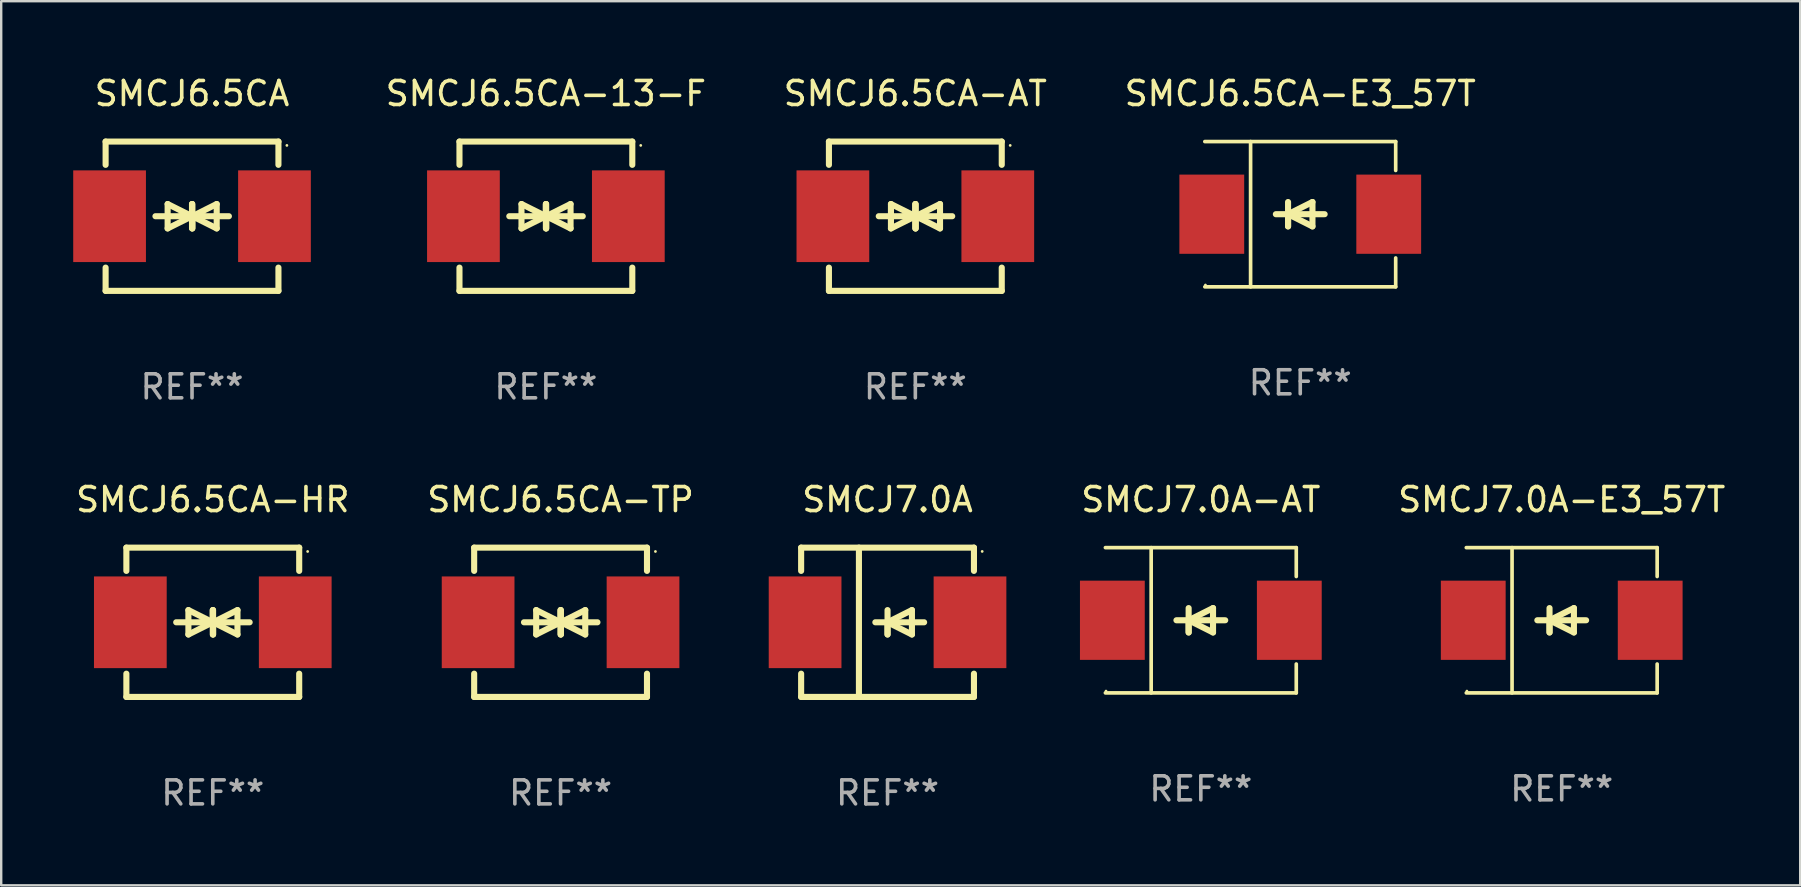
<source format=kicad_pcb>
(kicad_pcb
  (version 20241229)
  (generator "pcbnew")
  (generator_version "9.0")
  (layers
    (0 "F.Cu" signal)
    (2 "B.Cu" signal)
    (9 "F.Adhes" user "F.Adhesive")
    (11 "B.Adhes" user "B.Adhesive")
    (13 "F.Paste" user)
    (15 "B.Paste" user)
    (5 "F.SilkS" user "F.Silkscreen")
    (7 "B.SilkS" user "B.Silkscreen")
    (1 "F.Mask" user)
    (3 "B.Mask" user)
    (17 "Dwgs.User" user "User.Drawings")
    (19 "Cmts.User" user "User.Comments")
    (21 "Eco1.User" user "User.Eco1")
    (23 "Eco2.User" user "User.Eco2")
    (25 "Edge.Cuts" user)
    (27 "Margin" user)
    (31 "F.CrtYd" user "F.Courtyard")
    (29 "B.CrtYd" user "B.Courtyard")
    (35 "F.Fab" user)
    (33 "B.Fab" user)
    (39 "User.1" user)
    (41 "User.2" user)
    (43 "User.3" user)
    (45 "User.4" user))
  (footprint "SMCJ7.0A-AT"
    (layer "F.Cu")
    (at 46.978 22.791)
    (property "Reference" "SMCJ7.0A-AT" (at 0 -5.026 0) (layer "F.SilkS") (effects (font (size 1 1) (thickness 0.15))))
    (attr through_hole)
    (fp_line (start -3.976 -3.026) (end 3.976 -3.026) (stroke (width 0.152) (type solid)) (layer "F.SilkS"))
    (fp_line (start -3.976 3.026) (end 3.976 3.026) (stroke (width 0.152) (type solid)) (layer "F.SilkS"))
    (fp_line (start -2.069 -3.026) (end -2.069 3.026) (stroke (width 0.152) (type solid)) (layer "F.SilkS"))
    (fp_line (start -0.508 0) (end -0.508 0.508) (stroke (width 0.254) (type solid)) (layer "F.SilkS"))
    (fp_line (start -0.508 0) (end 0.508 0.508) (stroke (width 0.254) (type solid)) (layer "F.SilkS"))
    (fp_line (start -0.508 0.508) (end -0.508 -0.508) (stroke (width 0.254) (type solid)) (layer "F.SilkS"))
    (fp_line (start 0.508 -0.508) (end -0.508 0) (stroke (width 0.254) (type solid)) (layer "F.SilkS"))
    (fp_line (start 0.508 0.508) (end 0.508 -0.508) (stroke (width 0.254) (type solid)) (layer "F.SilkS"))
    (fp_line (start 1.016 0) (end -1.016 0) (stroke (width 0.254) (type solid)) (layer "F.SilkS"))
    (fp_line (start 3.976 -3.026) (end 3.976 -1.823) (stroke (width 0.152) (type solid)) (layer "F.SilkS"))
    (fp_line (start 3.976 3.026) (end 3.976 1.823) (stroke (width 0.152) (type solid)) (layer "F.SilkS"))
    (fp_circle (center -3.95 2.95) (end -3.92 2.95) (stroke (width 0.06) (type solid)) (fill no) (layer "F.SilkS"))
    (fp_text user "REF**" (at 0 7.026 0) (layer "F.Fab") (effects (font (size 1 1) (thickness 0.15))))
    (pad "1" smd rect (at -3.686 0) (size 2.7 3.3) (layers "F.Cu" "F.Mask" "F.Paste"))
    (pad "2" smd rect (at 3.686 0) (size 2.7 3.3) (layers "F.Cu" "F.Mask" "F.Paste")))
  (footprint "SMCJ6.5CA-E3_57T"
    (layer "F.Cu")
    (at 51.12 5.874)
    (property "Reference" "SMCJ6.5CA-E3_57T" (at 0 -5.026 0) (layer "F.SilkS") (effects (font (size 1 1) (thickness 0.15))))
    (attr through_hole)
    (fp_line (start -3.976 -3.026) (end 3.976 -3.026) (stroke (width 0.152) (type solid)) (layer "F.SilkS"))
    (fp_line (start -3.976 3.026) (end 3.976 3.026) (stroke (width 0.152) (type solid)) (layer "F.SilkS"))
    (fp_line (start -2.069 -3.026) (end -2.069 3.026) (stroke (width 0.152) (type solid)) (layer "F.SilkS"))
    (fp_line (start -0.508 0) (end -0.508 0.508) (stroke (width 0.254) (type solid)) (layer "F.SilkS"))
    (fp_line (start -0.508 0) (end 0.508 0.508) (stroke (width 0.254) (type solid)) (layer "F.SilkS"))
    (fp_line (start -0.508 0.508) (end -0.508 -0.508) (stroke (width 0.254) (type solid)) (layer "F.SilkS"))
    (fp_line (start 0.508 -0.508) (end -0.508 0) (stroke (width 0.254) (type solid)) (layer "F.SilkS"))
    (fp_line (start 0.508 0.508) (end 0.508 -0.508) (stroke (width 0.254) (type solid)) (layer "F.SilkS"))
    (fp_line (start 1.016 0) (end -1.016 0) (stroke (width 0.254) (type solid)) (layer "F.SilkS"))
    (fp_line (start 3.976 -3.026) (end 3.976 -1.823) (stroke (width 0.152) (type solid)) (layer "F.SilkS"))
    (fp_line (start 3.976 3.026) (end 3.976 1.823) (stroke (width 0.152) (type solid)) (layer "F.SilkS"))
    (fp_circle (center -3.95 2.95) (end -3.92 2.95) (stroke (width 0.06) (type solid)) (fill no) (layer "F.SilkS"))
    (fp_text user "REF**" (at 0 7.026 0) (layer "F.Fab") (effects (font (size 1 1) (thickness 0.15))))
    (pad "1" smd rect (at -3.686 0) (size 2.7 3.3) (layers "F.Cu" "F.Mask" "F.Paste"))
    (pad "2" smd rect (at 3.686 0) (size 2.7 3.3) (layers "F.Cu" "F.Mask" "F.Paste")))
  (footprint "SMCJ6.5CA-TP"
    (layer "F.Cu")
    (at 20.304 22.875)
    (property "Reference" "SMCJ6.5CA-TP" (at 0 -5.11 0) (layer "F.SilkS") (effects (font (size 1 1) (thickness 0.15))))
    (attr through_hole)
    (fp_line (start -3.6 -2.141) (end -3.6 -3.11) (stroke (width 0.254) (type solid)) (layer "F.SilkS"))
    (fp_line (start -3.6 3.11) (end -3.6 2.141) (stroke (width 0.254) (type solid)) (layer "F.SilkS"))
    (fp_line (start -1.524 0) (end 0.508 0) (stroke (width 0.254) (type solid)) (layer "F.SilkS"))
    (fp_line (start -1.016 -0.508) (end -1.016 0.508) (stroke (width 0.254) (type solid)) (layer "F.SilkS"))
    (fp_line (start -1.016 0.508) (end 0 0) (stroke (width 0.254) (type solid)) (layer "F.SilkS"))
    (fp_line (start 0 -0.508) (end 0 0.508) (stroke (width 0.254) (type solid)) (layer "F.SilkS"))
    (fp_line (start 0 0) (end -1.016 -0.508) (stroke (width 0.254) (type solid)) (layer "F.SilkS"))
    (fp_line (start 0 0) (end 0 -0.508) (stroke (width 0.254) (type solid)) (layer "F.SilkS"))
    (fp_line (start 0.012 0) (end 0.012 0.508) (stroke (width 0.254) (type solid)) (layer "F.SilkS"))
    (fp_line (start 0.012 0) (end 1.028 0.508) (stroke (width 0.254) (type solid)) (layer "F.SilkS"))
    (fp_line (start 0.012 0.508) (end 0.012 -0.508) (stroke (width 0.254) (type solid)) (layer "F.SilkS"))
    (fp_line (start 1.028 -0.508) (end 0.012 0) (stroke (width 0.254) (type solid)) (layer "F.SilkS"))
    (fp_line (start 1.028 0.508) (end 1.028 -0.508) (stroke (width 0.254) (type solid)) (layer "F.SilkS"))
    (fp_line (start 1.536 0) (end -0.496 0) (stroke (width 0.254) (type solid)) (layer "F.SilkS"))
    (fp_line (start 3.6 -3.11) (end -3.6 -3.11) (stroke (width 0.254) (type solid)) (layer "F.SilkS"))
    (fp_line (start 3.6 -2.141) (end 3.6 -3.11) (stroke (width 0.254) (type solid)) (layer "F.SilkS"))
    (fp_line (start 3.6 3.11) (end -3.6 3.11) (stroke (width 0.254) (type solid)) (layer "F.SilkS"))
    (fp_line (start 3.6 3.11) (end 3.6 2.141) (stroke (width 0.254) (type solid)) (layer "F.SilkS"))
    (fp_circle (center 3.952 -2.95) (end 3.982 -2.95) (stroke (width 0.06) (type solid)) (fill no) (layer "F.SilkS"))
    (fp_text user "REF**" (at 0 7.11 0) (layer "F.Fab") (effects (font (size 1 1) (thickness 0.15))))
    (pad "1" smd rect (at 3.435 0) (size 3.03 3.82) (layers "F.Cu" "F.Mask" "F.Paste"))
    (pad "2" smd rect (at -3.435 0) (size 3.03 3.82) (layers "F.Cu" "F.Mask" "F.Paste")))
  (footprint "SMCJ7.0A-E3_57T"
    (layer "F.Cu")
    (at 62.013 22.791)
    (property "Reference" "SMCJ7.0A-E3_57T" (at 0 -5.026 0) (layer "F.SilkS") (effects (font (size 1 1) (thickness 0.15))))
    (attr through_hole)
    (fp_line (start -3.976 -3.026) (end 3.976 -3.026) (stroke (width 0.152) (type solid)) (layer "F.SilkS"))
    (fp_line (start -3.976 3.026) (end 3.976 3.026) (stroke (width 0.152) (type solid)) (layer "F.SilkS"))
    (fp_line (start -2.069 -3.026) (end -2.069 3.026) (stroke (width 0.152) (type solid)) (layer "F.SilkS"))
    (fp_line (start -0.508 0) (end -0.508 0.508) (stroke (width 0.254) (type solid)) (layer "F.SilkS"))
    (fp_line (start -0.508 0) (end 0.508 0.508) (stroke (width 0.254) (type solid)) (layer "F.SilkS"))
    (fp_line (start -0.508 0.508) (end -0.508 -0.508) (stroke (width 0.254) (type solid)) (layer "F.SilkS"))
    (fp_line (start 0.508 -0.508) (end -0.508 0) (stroke (width 0.254) (type solid)) (layer "F.SilkS"))
    (fp_line (start 0.508 0.508) (end 0.508 -0.508) (stroke (width 0.254) (type solid)) (layer "F.SilkS"))
    (fp_line (start 1.016 0) (end -1.016 0) (stroke (width 0.254) (type solid)) (layer "F.SilkS"))
    (fp_line (start 3.976 -3.026) (end 3.976 -1.823) (stroke (width 0.152) (type solid)) (layer "F.SilkS"))
    (fp_line (start 3.976 3.026) (end 3.976 1.823) (stroke (width 0.152) (type solid)) (layer "F.SilkS"))
    (fp_circle (center -3.95 2.95) (end -3.92 2.95) (stroke (width 0.06) (type solid)) (fill no) (layer "F.SilkS"))
    (fp_text user "REF**" (at 0 7.026 0) (layer "F.Fab") (effects (font (size 1 1) (thickness 0.15))))
    (pad "1" smd rect (at -3.686 0) (size 2.7 3.3) (layers "F.Cu" "F.Mask" "F.Paste"))
    (pad "2" smd rect (at 3.686 0) (size 2.7 3.3) (layers "F.Cu" "F.Mask" "F.Paste")))
  (footprint "SMCJ6.5CA-HR"
    (layer "F.Cu")
    (at 5.815 22.875)
    (property "Reference" "SMCJ6.5CA-HR" (at 0 -5.11 0) (layer "F.SilkS") (effects (font (size 1 1) (thickness 0.15))))
    (attr through_hole)
    (fp_line (start -3.6 -2.141) (end -3.6 -3.11) (stroke (width 0.254) (type solid)) (layer "F.SilkS"))
    (fp_line (start -3.6 3.11) (end -3.6 2.141) (stroke (width 0.254) (type solid)) (layer "F.SilkS"))
    (fp_line (start -1.524 0) (end 0.508 0) (stroke (width 0.254) (type solid)) (layer "F.SilkS"))
    (fp_line (start -1.016 -0.508) (end -1.016 0.508) (stroke (width 0.254) (type solid)) (layer "F.SilkS"))
    (fp_line (start -1.016 0.508) (end 0 0) (stroke (width 0.254) (type solid)) (layer "F.SilkS"))
    (fp_line (start 0 -0.508) (end 0 0.508) (stroke (width 0.254) (type solid)) (layer "F.SilkS"))
    (fp_line (start 0 0) (end -1.016 -0.508) (stroke (width 0.254) (type solid)) (layer "F.SilkS"))
    (fp_line (start 0 0) (end 0 -0.508) (stroke (width 0.254) (type solid)) (layer "F.SilkS"))
    (fp_line (start 0.012 0) (end 0.012 0.508) (stroke (width 0.254) (type solid)) (layer "F.SilkS"))
    (fp_line (start 0.012 0) (end 1.028 0.508) (stroke (width 0.254) (type solid)) (layer "F.SilkS"))
    (fp_line (start 0.012 0.508) (end 0.012 -0.508) (stroke (width 0.254) (type solid)) (layer "F.SilkS"))
    (fp_line (start 1.028 -0.508) (end 0.012 0) (stroke (width 0.254) (type solid)) (layer "F.SilkS"))
    (fp_line (start 1.028 0.508) (end 1.028 -0.508) (stroke (width 0.254) (type solid)) (layer "F.SilkS"))
    (fp_line (start 1.536 0) (end -0.496 0) (stroke (width 0.254) (type solid)) (layer "F.SilkS"))
    (fp_line (start 3.6 -3.11) (end -3.6 -3.11) (stroke (width 0.254) (type solid)) (layer "F.SilkS"))
    (fp_line (start 3.6 -2.141) (end 3.6 -3.11) (stroke (width 0.254) (type solid)) (layer "F.SilkS"))
    (fp_line (start 3.6 3.11) (end -3.6 3.11) (stroke (width 0.254) (type solid)) (layer "F.SilkS"))
    (fp_line (start 3.6 3.11) (end 3.6 2.141) (stroke (width 0.254) (type solid)) (layer "F.SilkS"))
    (fp_circle (center 3.952 -2.95) (end 3.982 -2.95) (stroke (width 0.06) (type solid)) (fill no) (layer "F.SilkS"))
    (fp_text user "REF**" (at 0 7.11 0) (layer "F.Fab") (effects (font (size 1 1) (thickness 0.15))))
    (pad "1" smd rect (at 3.435 0) (size 3.03 3.82) (layers "F.Cu" "F.Mask" "F.Paste"))
    (pad "2" smd rect (at -3.435 0) (size 3.03 3.82) (layers "F.Cu" "F.Mask" "F.Paste")))
  (footprint "SMCJ6.5CA-AT"
    (layer "F.Cu")
    (at 35.084 5.958)
    (property "Reference" "SMCJ6.5CA-AT" (at 0 -5.11 0) (layer "F.SilkS") (effects (font (size 1 1) (thickness 0.15))))
    (attr through_hole)
    (fp_line (start -3.6 -2.141) (end -3.6 -3.11) (stroke (width 0.254) (type solid)) (layer "F.SilkS"))
    (fp_line (start -3.6 3.11) (end -3.6 2.141) (stroke (width 0.254) (type solid)) (layer "F.SilkS"))
    (fp_line (start -1.524 0) (end 0.508 0) (stroke (width 0.254) (type solid)) (layer "F.SilkS"))
    (fp_line (start -1.016 -0.508) (end -1.016 0.508) (stroke (width 0.254) (type solid)) (layer "F.SilkS"))
    (fp_line (start -1.016 0.508) (end 0 0) (stroke (width 0.254) (type solid)) (layer "F.SilkS"))
    (fp_line (start 0 -0.508) (end 0 0.508) (stroke (width 0.254) (type solid)) (layer "F.SilkS"))
    (fp_line (start 0 0) (end -1.016 -0.508) (stroke (width 0.254) (type solid)) (layer "F.SilkS"))
    (fp_line (start 0 0) (end 0 -0.508) (stroke (width 0.254) (type solid)) (layer "F.SilkS"))
    (fp_line (start 0.012 0) (end 0.012 0.508) (stroke (width 0.254) (type solid)) (layer "F.SilkS"))
    (fp_line (start 0.012 0) (end 1.028 0.508) (stroke (width 0.254) (type solid)) (layer "F.SilkS"))
    (fp_line (start 0.012 0.508) (end 0.012 -0.508) (stroke (width 0.254) (type solid)) (layer "F.SilkS"))
    (fp_line (start 1.028 -0.508) (end 0.012 0) (stroke (width 0.254) (type solid)) (layer "F.SilkS"))
    (fp_line (start 1.028 0.508) (end 1.028 -0.508) (stroke (width 0.254) (type solid)) (layer "F.SilkS"))
    (fp_line (start 1.536 0) (end -0.496 0) (stroke (width 0.254) (type solid)) (layer "F.SilkS"))
    (fp_line (start 3.6 -3.11) (end -3.6 -3.11) (stroke (width 0.254) (type solid)) (layer "F.SilkS"))
    (fp_line (start 3.6 -2.141) (end 3.6 -3.11) (stroke (width 0.254) (type solid)) (layer "F.SilkS"))
    (fp_line (start 3.6 3.11) (end -3.6 3.11) (stroke (width 0.254) (type solid)) (layer "F.SilkS"))
    (fp_line (start 3.6 3.11) (end 3.6 2.141) (stroke (width 0.254) (type solid)) (layer "F.SilkS"))
    (fp_circle (center 3.952 -2.95) (end 3.982 -2.95) (stroke (width 0.06) (type solid)) (fill no) (layer "F.SilkS"))
    (fp_text user "REF**" (at 0 7.11 0) (layer "F.Fab") (effects (font (size 1 1) (thickness 0.15))))
    (pad "1" smd rect (at 3.435 0) (size 3.03 3.82) (layers "F.Cu" "F.Mask" "F.Paste"))
    (pad "2" smd rect (at -3.435 0) (size 3.03 3.82) (layers "F.Cu" "F.Mask" "F.Paste")))
  (footprint "SMCJ7.0A"
    (layer "F.Cu")
    (at 33.926 22.875)
    (property "Reference" "SMCJ7.0A" (at 0 -5.11 0) (layer "F.SilkS") (effects (font (size 1 1) (thickness 0.15))))
    (attr through_hole)
    (fp_line (start -3.6 -3.11) (end -3.6 -2.141) (stroke (width 0.254) (type solid)) (layer "F.SilkS"))
    (fp_line (start -3.6 -3.11) (end 3.6 -3.11) (stroke (width 0.254) (type solid)) (layer "F.SilkS"))
    (fp_line (start -3.6 2.141) (end -3.6 3.11) (stroke (width 0.254) (type solid)) (layer "F.SilkS"))
    (fp_line (start -3.6 3.11) (end 3.6 3.11) (stroke (width 0.254) (type solid)) (layer "F.SilkS"))
    (fp_line (start -1.192 -3.11) (end -1.192 3.11) (stroke (width 0.254) (type solid)) (layer "F.SilkS"))
    (fp_line (start 0 0) (end 0 0.508) (stroke (width 0.254) (type solid)) (layer "F.SilkS"))
    (fp_line (start 0 0) (end 1.016 0.508) (stroke (width 0.254) (type solid)) (layer "F.SilkS"))
    (fp_line (start 0 0.508) (end 0 -0.508) (stroke (width 0.254) (type solid)) (layer "F.SilkS"))
    (fp_line (start 1.016 -0.508) (end 0 0) (stroke (width 0.254) (type solid)) (layer "F.SilkS"))
    (fp_line (start 1.016 0.508) (end 1.016 -0.508) (stroke (width 0.254) (type solid)) (layer "F.SilkS"))
    (fp_line (start 1.524 0) (end -0.508 0) (stroke (width 0.254) (type solid)) (layer "F.SilkS"))
    (fp_line (start 3.6 -3.11) (end 3.6 -2.141) (stroke (width 0.254) (type solid)) (layer "F.SilkS"))
    (fp_line (start 3.6 2.141) (end 3.6 3.11) (stroke (width 0.254) (type solid)) (layer "F.SilkS"))
    (fp_circle (center 3.943 -2.952) (end 3.973 -2.952) (stroke (width 0.06) (type solid)) (fill no) (layer "F.SilkS"))
    (fp_text user "REF**" (at 0 7.11 0) (layer "F.Fab") (effects (font (size 1 1) (thickness 0.15))))
    (pad "1" smd rect (at 3.435 0 180) (size 3.03 3.82) (layers "F.Cu" "F.Mask" "F.Paste"))
    (pad "2" smd rect (at -3.435 0 180) (size 3.03 3.82) (layers "F.Cu" "F.Mask" "F.Paste")))
  (footprint "SMCJ6.5CA"
    (layer "F.Cu")
    (at 4.95 5.958)
    (property "Reference" "SMCJ6.5CA" (at 0 -5.11 0) (layer "F.SilkS") (effects (font (size 1 1) (thickness 0.15))))
    (attr through_hole)
    (fp_line (start -3.6 -2.141) (end -3.6 -3.11) (stroke (width 0.254) (type solid)) (layer "F.SilkS"))
    (fp_line (start -3.6 3.11) (end -3.6 2.141) (stroke (width 0.254) (type solid)) (layer "F.SilkS"))
    (fp_line (start -1.524 0) (end 0.508 0) (stroke (width 0.254) (type solid)) (layer "F.SilkS"))
    (fp_line (start -1.016 -0.508) (end -1.016 0.508) (stroke (width 0.254) (type solid)) (layer "F.SilkS"))
    (fp_line (start -1.016 0.508) (end 0 0) (stroke (width 0.254) (type solid)) (layer "F.SilkS"))
    (fp_line (start 0 -0.508) (end 0 0.508) (stroke (width 0.254) (type solid)) (layer "F.SilkS"))
    (fp_line (start 0 0) (end -1.016 -0.508) (stroke (width 0.254) (type solid)) (layer "F.SilkS"))
    (fp_line (start 0 0) (end 0 -0.508) (stroke (width 0.254) (type solid)) (layer "F.SilkS"))
    (fp_line (start 0.012 0) (end 0.012 0.508) (stroke (width 0.254) (type solid)) (layer "F.SilkS"))
    (fp_line (start 0.012 0) (end 1.028 0.508) (stroke (width 0.254) (type solid)) (layer "F.SilkS"))
    (fp_line (start 0.012 0.508) (end 0.012 -0.508) (stroke (width 0.254) (type solid)) (layer "F.SilkS"))
    (fp_line (start 1.028 -0.508) (end 0.012 0) (stroke (width 0.254) (type solid)) (layer "F.SilkS"))
    (fp_line (start 1.028 0.508) (end 1.028 -0.508) (stroke (width 0.254) (type solid)) (layer "F.SilkS"))
    (fp_line (start 1.536 0) (end -0.496 0) (stroke (width 0.254) (type solid)) (layer "F.SilkS"))
    (fp_line (start 3.6 -3.11) (end -3.6 -3.11) (stroke (width 0.254) (type solid)) (layer "F.SilkS"))
    (fp_line (start 3.6 -2.141) (end 3.6 -3.11) (stroke (width 0.254) (type solid)) (layer "F.SilkS"))
    (fp_line (start 3.6 3.11) (end -3.6 3.11) (stroke (width 0.254) (type solid)) (layer "F.SilkS"))
    (fp_line (start 3.6 3.11) (end 3.6 2.141) (stroke (width 0.254) (type solid)) (layer "F.SilkS"))
    (fp_circle (center 3.952 -2.95) (end 3.982 -2.95) (stroke (width 0.06) (type solid)) (fill no) (layer "F.SilkS"))
    (fp_text user "REF**" (at 0 7.11 0) (layer "F.Fab") (effects (font (size 1 1) (thickness 0.15))))
    (pad "1" smd rect (at 3.435 0) (size 3.03 3.82) (layers "F.Cu" "F.Mask" "F.Paste"))
    (pad "2" smd rect (at -3.435 0) (size 3.03 3.82) (layers "F.Cu" "F.Mask" "F.Paste")))
  (footprint "SMCJ6.5CA-13-F"
    (layer "F.Cu")
    (at 19.692 5.958)
    (property "Reference" "SMCJ6.5CA-13-F" (at 0 -5.11 0) (layer "F.SilkS") (effects (font (size 1 1) (thickness 0.15))))
    (attr through_hole)
    (fp_line (start -3.6 -2.141) (end -3.6 -3.11) (stroke (width 0.254) (type solid)) (layer "F.SilkS"))
    (fp_line (start -3.6 3.11) (end -3.6 2.141) (stroke (width 0.254) (type solid)) (layer "F.SilkS"))
    (fp_line (start -1.524 0) (end 0.508 0) (stroke (width 0.254) (type solid)) (layer "F.SilkS"))
    (fp_line (start -1.016 -0.508) (end -1.016 0.508) (stroke (width 0.254) (type solid)) (layer "F.SilkS"))
    (fp_line (start -1.016 0.508) (end 0 0) (stroke (width 0.254) (type solid)) (layer "F.SilkS"))
    (fp_line (start 0 -0.508) (end 0 0.508) (stroke (width 0.254) (type solid)) (layer "F.SilkS"))
    (fp_line (start 0 0) (end -1.016 -0.508) (stroke (width 0.254) (type solid)) (layer "F.SilkS"))
    (fp_line (start 0 0) (end 0 -0.508) (stroke (width 0.254) (type solid)) (layer "F.SilkS"))
    (fp_line (start 0.012 0) (end 0.012 0.508) (stroke (width 0.254) (type solid)) (layer "F.SilkS"))
    (fp_line (start 0.012 0) (end 1.028 0.508) (stroke (width 0.254) (type solid)) (layer "F.SilkS"))
    (fp_line (start 0.012 0.508) (end 0.012 -0.508) (stroke (width 0.254) (type solid)) (layer "F.SilkS"))
    (fp_line (start 1.028 -0.508) (end 0.012 0) (stroke (width 0.254) (type solid)) (layer "F.SilkS"))
    (fp_line (start 1.028 0.508) (end 1.028 -0.508) (stroke (width 0.254) (type solid)) (layer "F.SilkS"))
    (fp_line (start 1.536 0) (end -0.496 0) (stroke (width 0.254) (type solid)) (layer "F.SilkS"))
    (fp_line (start 3.6 -3.11) (end -3.6 -3.11) (stroke (width 0.254) (type solid)) (layer "F.SilkS"))
    (fp_line (start 3.6 -2.141) (end 3.6 -3.11) (stroke (width 0.254) (type solid)) (layer "F.SilkS"))
    (fp_line (start 3.6 3.11) (end -3.6 3.11) (stroke (width 0.254) (type solid)) (layer "F.SilkS"))
    (fp_line (start 3.6 3.11) (end 3.6 2.141) (stroke (width 0.254) (type solid)) (layer "F.SilkS"))
    (fp_circle (center 3.952 -2.95) (end 3.982 -2.95) (stroke (width 0.06) (type solid)) (fill no) (layer "F.SilkS"))
    (fp_text user "REF**" (at 0 7.11 0) (layer "F.Fab") (effects (font (size 1 1) (thickness 0.15))))
    (pad "1" smd rect (at 3.435 0) (size 3.03 3.82) (layers "F.Cu" "F.Mask" "F.Paste"))
    (pad "2" smd rect (at -3.435 0) (size 3.03 3.82) (layers "F.Cu" "F.Mask" "F.Paste")))
  (gr_rect
    (start -3 -3)
    (end 71.948 33.833)
    (stroke (width 0.1) (type default))
    (fill no)
    (layer "Edge.Cuts")))
</source>
